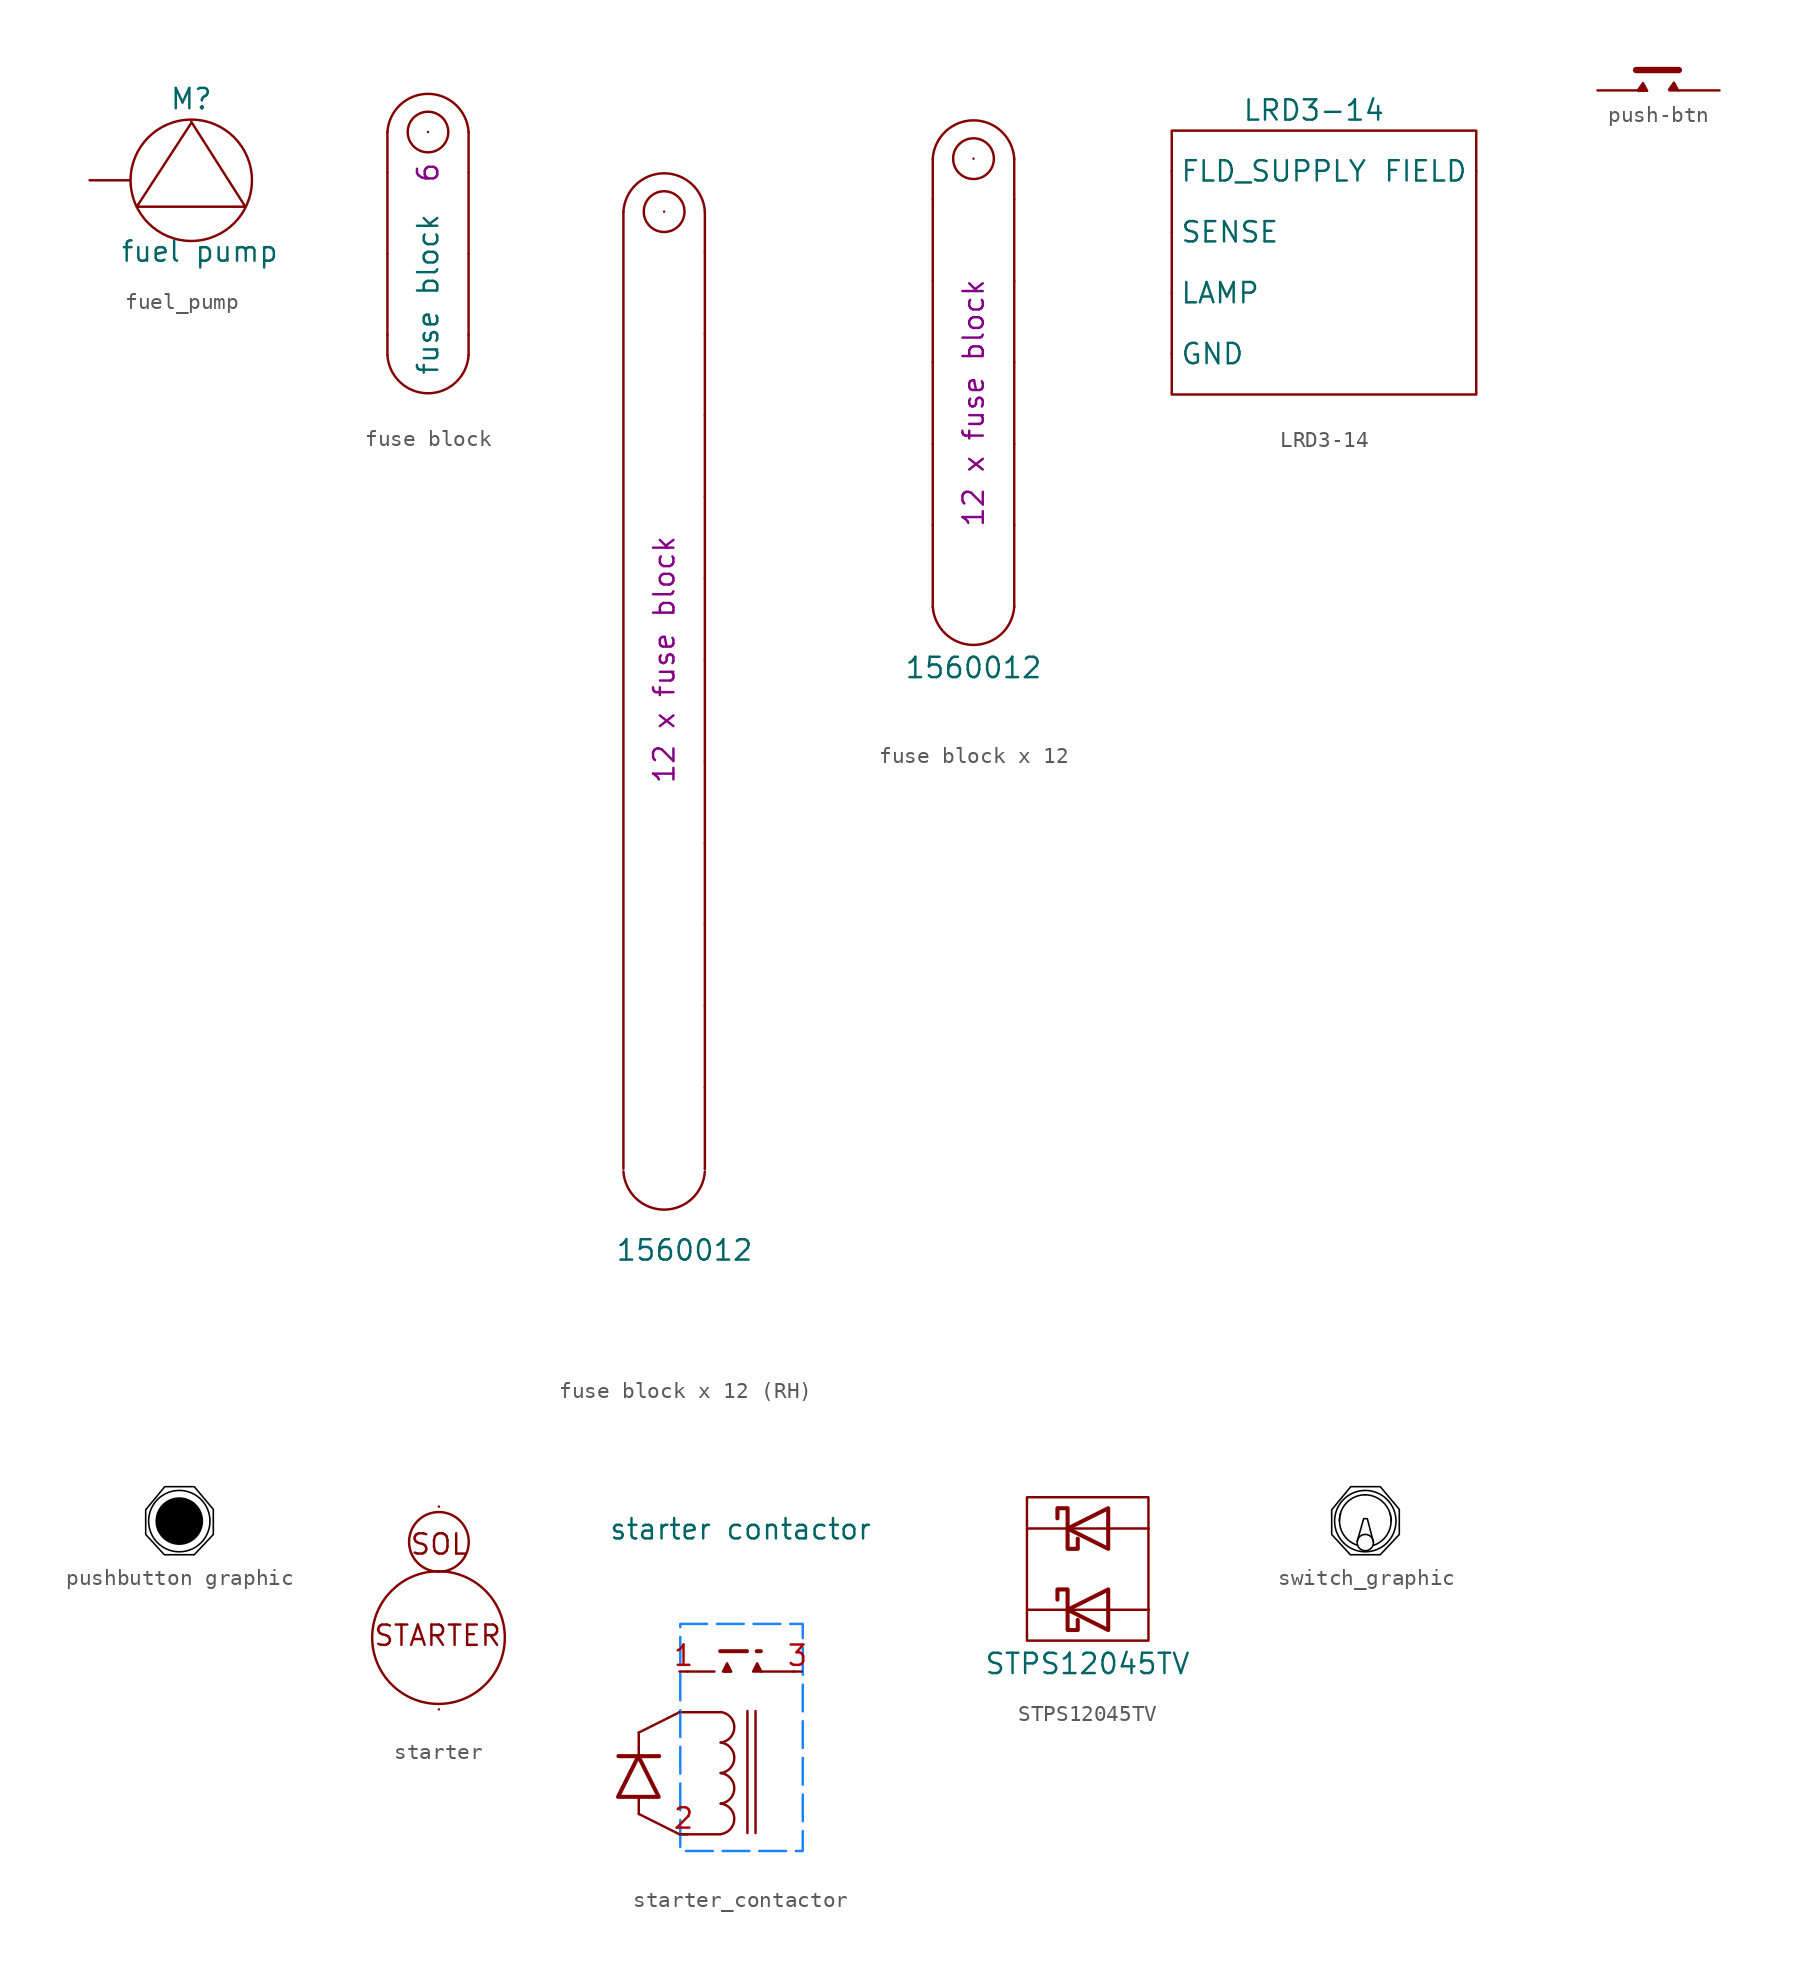
<source format=kicad_sym>
(kicad_symbol_lib
  (version 20220914)
  (generator kicad_symbol_editor)
  (symbol "fuel_pump"
    (property "Reference" "M"
      (at 0 5.08 0)
      (effects (font (size 1.27 1.27))))
    (property "Value" "fuel pump"
      (at 0.533 -4.445 0)
      (effects (font (size 1.27 1.27))))
    (symbol "fuel_pump_0_1"
      (polyline (pts (xy 0 3.581) (xy -3.404 -1.651) (xy 3.378 -1.651) (xy 0 3.658)) (stroke (width 0) (type default)) (fill (type none)))
      (circle (center 0 0) (radius 3.791) (stroke (width 0) (type default)) (fill (type none))))
    (symbol "fuel_pump_1_1"
      (pin power_in line (at -6.35 0 0) (length 2.54) (name "" (effects (font (size 1.27 1.27)))) (number "" (effects (font (size 1.27 1.27)))))))
  (symbol "fuse block"
    (pin_numbers hide)
    (pin_names hide)
    (property "Reference" "FB"
      (at 2.54 22.86 0)
      (effects (font (size 1.27 1.27)) hide))
    (property "Value" "fuse block"
      (at 0 5.08 90)
      (effects (font (size 1.27 1.27))))
    (property "fuses" "6"
      (at 0 12.7 90)
      (effects (font (size 1.27 1.27))))
    (symbol "fuse block_0_1"
      (arc (start -2.54 1.27) (mid 0 -1.1126) (end 2.54 1.27) (stroke (width 0) (type default)) (fill (type none)))
      (polyline (pts (xy -2.54 1.27) (xy -2.54 15.24)) (stroke (width 0) (type default)) (fill (type none)))
      (polyline (pts (xy 2.54 1.27) (xy 2.54 15.24)) (stroke (width 0) (type default)) (fill (type none)))
      (circle (center 0 15.24) (radius 1.27) (stroke (width 0) (type default)) (fill (type none)))
      (arc (start 2.54 15.24) (mid 0 17.6301) (end -2.54 15.24) (stroke (width 0) (type default)) (fill (type none))))
    (symbol "fuse block_1_1"
      (pin power_in line (at 0 15.24 270) (length 0) (name "Vin" (effects (font (size 1.27 1.27)))) (number "" (effects (font (size 1.27 1.27)))))
      (pin power_out line (at -2.54 2.54 0) (length 0) (name "5A" (effects (font (size 1.27 1.27)))) (number "1" (effects (font (size 1.27 1.27)))))
      (pin power_out line (at -2.54 7.62 0) (length 0) (name "5A" (effects (font (size 1.27 1.27)))) (number "2" (effects (font (size 1.27 1.27)))))
      (pin power_out line (at -2.54 12.7 0) (length 0) (name "5A" (effects (font (size 1.27 1.27)))) (number "3" (effects (font (size 1.27 1.27)))))
      (pin power_out line (at 2.54 12.7 180) (length 0) (name "5A" (effects (font (size 1.27 1.27)))) (number "4" (effects (font (size 1.27 1.27)))))
      (pin power_out line (at 2.54 7.62 180) (length 0) (name "5A" (effects (font (size 1.27 1.27)))) (number "5" (effects (font (size 1.27 1.27)))))
      (pin power_out line (at 2.54 2.54 180) (length 0) (name "5A" (effects (font (size 1.27 1.27)))) (number "6" (effects (font (size 1.27 1.27)))))))
  (symbol "fuse block x 12 (RH)"
    (pin_numbers hide)
    (pin_names hide)
    (property "Reference" "FB"
      (at 2.54 19.05 0)
      (effects (font (size 1.27 1.27)) hide))
    (property "Value" "1560012"
      (at 1.27 -49.53 0)
      (effects (font (size 1.27 1.27))))
    (property "label" "12 x fuse block"
      (at 0 -12.7 90)
      (effects (font (size 1.27 1.27))))
    (symbol "fuse block x 12 (RH)_0_1"
      (arc (start -2.54 -44.6126) (mid 0 -46.9952) (end 2.54 -44.6126) (stroke (width 0) (type default)) (fill (type none)))
      (polyline (pts (xy -2.54 -44.45) (xy -2.54 15.24)) (stroke (width 0) (type default)) (fill (type none)))
      (polyline (pts (xy 2.54 -44.45) (xy 2.54 15.24)) (stroke (width 0) (type default)) (fill (type none)))
      (circle (center 0 15.24) (radius 1.27) (stroke (width 0) (type default)) (fill (type none)))
      (arc (start 2.54 15.24) (mid 0 17.6301) (end -2.54 15.24) (stroke (width 0) (type default)) (fill (type none))))
    (symbol "fuse block x 12 (RH)_1_1"
      (pin power_in line (at 0 15.24 270) (length 0) (name "Vin" (effects (font (size 1.27 1.27)))) (number "" (effects (font (size 1.27 1.27)))))
      (pin power_out line (at 2.54 -34.29 180) (length 0) (name "5A" (effects (font (size 1.27 1.27)))) (number "1" (effects (font (size 1.27 1.27)))))
      (pin power_out line (at 2.54 -2.54 180) (length 0) (name "5A" (effects (font (size 1.27 1.27)))) (number "10" (effects (font (size 1.27 1.27)))))
      (pin power_out line (at 2.54 -29.21 180) (length 0) (name "5A" (effects (font (size 1.27 1.27)))) (number "11" (effects (font (size 1.27 1.27)))))
      (pin power_out line (at 2.54 -19.05 180) (length 0) (name "5A" (effects (font (size 1.27 1.27)))) (number "12" (effects (font (size 1.27 1.27)))))
      (pin power_out line (at 2.54 -39.37 180) (length 0) (name "5A" (effects (font (size 1.27 1.27)))) (number "2" (effects (font (size 1.27 1.27)))))
      (pin power_out line (at 2.54 -44.45 180) (length 0) (name "5A" (effects (font (size 1.27 1.27)))) (number "3" (effects (font (size 1.27 1.27)))))
      (pin power_out line (at 2.54 12.7 180) (length 0) (name "5A" (effects (font (size 1.27 1.27)))) (number "4" (effects (font (size 1.27 1.27)))))
      (pin power_out line (at 2.54 7.62 180) (length 0) (name "5A" (effects (font (size 1.27 1.27)))) (number "5" (effects (font (size 1.27 1.27)))))
      (pin power_out line (at 2.54 2.54 180) (length 0) (name "5A" (effects (font (size 1.27 1.27)))) (number "6" (effects (font (size 1.27 1.27)))))
      (pin power_out line (at 2.54 -24.13 180) (length 0) (name "5A" (effects (font (size 1.27 1.27)))) (number "7" (effects (font (size 1.27 1.27)))))
      (pin power_out line (at 2.54 -12.7 180) (length 0) (name "5A" (effects (font (size 1.27 1.27)))) (number "8" (effects (font (size 1.27 1.27)))))
      (pin power_out line (at 2.54 -7.62 180) (length 0) (name "5A" (effects (font (size 1.27 1.27)))) (number "9" (effects (font (size 1.27 1.27)))))))
  (symbol "fuse block x 12"
    (pin_numbers hide)
    (pin_names hide)
    (property "Reference" "FB"
      (at 2.54 19.05 0)
      (effects (font (size 1.27 1.27)) hide))
    (property "Value" "1560012"
      (at 0 -16.51 0)
      (effects (font (size 1.27 1.27))))
    (property "label" "12 x fuse block"
      (at 0 0 90)
      (effects (font (size 1.27 1.27))))
    (symbol "fuse block x 12_0_1"
      (arc (start -2.54 -12.7) (mid 0 -15.0826) (end 2.54 -12.7) (stroke (width 0) (type default)) (fill (type none)))
      (polyline (pts (xy -2.54 -12.7) (xy -2.54 15.24)) (stroke (width 0) (type default)) (fill (type none)))
      (polyline (pts (xy 2.54 -12.7) (xy 2.54 15.24)) (stroke (width 0) (type default)) (fill (type none)))
      (circle (center 0 15.24) (radius 1.27) (stroke (width 0) (type default)) (fill (type none)))
      (arc (start 2.54 15.24) (mid 0 17.6301) (end -2.54 15.24) (stroke (width 0) (type default)) (fill (type none))))
    (symbol "fuse block x 12_1_1"
      (pin power_in line (at 0 15.24 270) (length 0) (name "Vin" (effects (font (size 1.27 1.27)))) (number "" (effects (font (size 1.27 1.27)))))
      (pin power_out line (at -2.54 2.54 0) (length 0) (name "5A" (effects (font (size 1.27 1.27)))) (number "1" (effects (font (size 1.27 1.27)))))
      (pin power_out line (at 2.54 -2.54 180) (length 0) (name "5A" (effects (font (size 1.27 1.27)))) (number "10" (effects (font (size 1.27 1.27)))))
      (pin power_out line (at -2.54 -2.54 0) (length 0) (name "5A" (effects (font (size 1.27 1.27)))) (number "11" (effects (font (size 1.27 1.27)))))
      (pin power_out line (at -2.54 -12.7 0) (length 0) (name "5A" (effects (font (size 1.27 1.27)))) (number "12" (effects (font (size 1.27 1.27)))))
      (pin power_out line (at -2.54 7.62 0) (length 0) (name "5A" (effects (font (size 1.27 1.27)))) (number "2" (effects (font (size 1.27 1.27)))))
      (pin power_out line (at -2.54 12.7 0) (length 0) (name "5A" (effects (font (size 1.27 1.27)))) (number "3" (effects (font (size 1.27 1.27)))))
      (pin power_out line (at 2.54 12.7 180) (length 0) (name "5A" (effects (font (size 1.27 1.27)))) (number "4" (effects (font (size 1.27 1.27)))))
      (pin power_out line (at 2.54 7.62 180) (length 0) (name "5A" (effects (font (size 1.27 1.27)))) (number "5" (effects (font (size 1.27 1.27)))))
      (pin power_out line (at 2.54 2.54 180) (length 0) (name "5A" (effects (font (size 1.27 1.27)))) (number "6" (effects (font (size 1.27 1.27)))))
      (pin power_out line (at -2.54 -7.62 0) (length 0) (name "5A" (effects (font (size 1.27 1.27)))) (number "7" (effects (font (size 1.27 1.27)))))
      (pin power_out line (at 2.54 -12.7 180) (length 0) (name "5A" (effects (font (size 1.27 1.27)))) (number "8" (effects (font (size 1.27 1.27)))))
      (pin power_out line (at 2.54 -7.62 180) (length 0) (name "5A" (effects (font (size 1.27 1.27)))) (number "9" (effects (font (size 1.27 1.27)))))))
  (symbol "LRD3-14"
    (pin_numbers hide)
    (property "Reference" "U"
      (at 0 -8.89 0)
      (effects (font (size 1.27 1.27)) hide))
    (property "Value" "LRD3-14"
      (at 0 10.16 0)
      (effects (font (size 1.27 1.27))))
    (symbol "LRD3-14_0_1"
      (rectangle (start -8.89 8.89) (end 10.16 -7.62) (stroke (width 0) (type default)) (fill (type none))))
    (symbol "LRD3-14_1_1"
      (pin power_in line (at 10.16 6.35 180) (length 0) (name "FIELD" (effects (font (size 1.27 1.27)))) (number "" (effects (font (size 1.27 1.27)))))
      (pin power_in line (at -8.89 6.35 0) (length 0) (name "FLD_SUPPLY" (effects (font (size 1.27 1.27)))) (number "" (effects (font (size 1.27 1.27)))))
      (pin power_in line (at -8.89 -5.08 0) (length 0) (name "GND" (effects (font (size 1.27 1.27)))) (number "" (effects (font (size 1.27 1.27)))))
      (pin output line (at -8.89 -1.27 0) (length 0) (name "LAMP" (effects (font (size 1.27 1.27)))) (number "" (effects (font (size 1.27 1.27)))))
      (pin input line (at -8.89 2.54 0) (length 0) (name "SENSE" (effects (font (size 1.27 1.27)))) (number "" (effects (font (size 1.27 1.27)))))))
  (symbol "push-btn"
    (pin_numbers hide)
    (pin_names hide)
    (property "Reference" "SW"
      (at 0.025 3.15 0)
      (effects (font (size 1.27 1.27)) hide))
    (symbol "push-btn_1_1"
      (polyline (pts (xy 1.27 1.27) (xy -1.397 1.27)) (stroke (width 0.4) (type default)) (fill (type none)))
      (polyline (pts (xy -1.27 0.025) (xy -0.965 0.457) (xy -0.711 -0.025) (xy -1.245 -0.025)) (stroke (width 0) (type default)) (fill (type outline)))
      (polyline (pts (xy 0.66 0.051) (xy 0.965 0.483) (xy 1.219 0) (xy 0.686 0)) (stroke (width 0) (type default)) (fill (type outline)))
      (pin passive line (at 3.81 0 180) (length 2.54) (name "" (effects (font (size 1.27 1.27)))) (number "1" (effects (font (size 1.27 1.27)))))
      (pin passive line (at -3.81 0 0) (length 2.54) (name "" (effects (font (size 1.27 1.27)))) (number "2" (effects (font (size 1.27 1.27)))))))
  (symbol "pushbutton graphic"
    (pin_numbers hide)
    (pin_names
      (offset 0) hide)
    (property "Reference" "SW"
      (at 0 -3.81 0)
      (effects (font (size 1.27 1.27)) hide))
    (symbol "pushbutton graphic_1_1"
      (circle (center 0 0) (radius 1.42) (stroke (width 0) (type default) (color 0 0 0 1)) (fill (type outline)))
      (polyline (pts (xy -2.108 0.711) (xy -0.914 2.159) (xy 0.94 2.159) (xy 2.134 0.737) (xy 2.134 -0.838) (xy 0.94 -2.108) (xy -0.94 -2.108) (xy -2.108 -0.838) (xy -2.108 0.711)) (stroke (width 0.1) (type default) (color 0 0 0 1)) (fill (type none)))
      (circle (center 0 0) (radius 1.925) (stroke (width 0.1) (type default) (color 0 0 0 1)) (fill (type none)))))
  (symbol "starter"
    (pin_numbers hide)
    (pin_names hide)
    (property "Reference" "M"
      (at 3.81 3.81 0)
      (effects (font (size 1.27 1.27)) hide))
    (symbol "starter_0_1"
      (circle (center -0.025 -0.584) (radius 4.153) (stroke (width 0) (type default)) (fill (type none)))
      (circle (center 0 5.41) (radius 1.868) (stroke (width 0) (type default)) (fill (type none))))
    (symbol "starter_1_1"
      (text "SOL" (at 0.025 5.258 0) (effects (font (size 1.27 1.27))))
      (text "STARTER" (at -0.076 -0.457 0) (effects (font (size 1.27 1.27))))
      (pin passive line (at 0 -5.08 90) (length 0) (name "" (effects (font (size 1.27 1.27)))) (number "" (effects (font (size 1.27 1.27)))))
      (pin passive line (at 0 7.62 270) (length 0) (name "" (effects (font (size 1.27 1.27)))) (number "" (effects (font (size 1.27 1.27)))))))
  (symbol "starter_contactor"
    (pin_names
      (offset 0.254) hide)
    (property "Reference" "K"
      (at 0 -8.966 0)
      (effects (font (size 1.27 1.27)) hide))
    (property "Value" "starter contactor"
      (at 0 12.7 0)
      (effects (font (size 1.27 1.27))))
    (symbol "starter_contactor_0_1"
      (arc (start -1.2356 -6.3373) (mid -0.3873 -5.3848) (end -1.2356 -4.4323) (stroke (width 0) (type default)) (fill (type none)))
      (arc (start -1.2356 -4.4323) (mid -0.3873 -3.4798) (end -1.2356 -2.5273) (stroke (width 0) (type default)) (fill (type none)))
      (arc (start -1.2356 -2.5273) (mid -0.3873 -1.5748) (end -1.2356 -0.6223) (stroke (width 0) (type default)) (fill (type none)))
      (arc (start -1.2356 -0.6223) (mid -0.3873 0.3302) (end -1.2356 1.2827) (stroke (width 0) (type default)) (fill (type none)))
      (polyline (pts (xy -6.35 -5.08) (xy -3.81 -6.35)) (stroke (width 0) (type default)) (fill (type none)))
      (polyline (pts (xy -6.35 -0.991) (xy -6.35 -1.524)) (stroke (width 0) (type default)) (fill (type none)))
      (polyline (pts (xy -6.35 0) (xy -3.81 1.27)) (stroke (width 0) (type default)) (fill (type none)))
      (polyline (pts (xy -5.08 -1.473) (xy -7.62 -1.473)) (stroke (width 0.254) (type default)) (fill (type none)))
      (polyline (pts (xy -3.81 -6.35) (xy -1.27 -6.35)) (stroke (width 0) (type default)) (fill (type none)))
      (polyline (pts (xy -1.27 1.27) (xy -3.81 1.27)) (stroke (width 0) (type default)) (fill (type none)))
      (polyline (pts (xy 0.432 -6.274) (xy 0.432 1.346)) (stroke (width 0) (type default)) (fill (type none)))
      (polyline (pts (xy 0.94 -6.274) (xy 0.94 1.346)) (stroke (width 0) (type default)) (fill (type none)))
      (polyline (pts (xy 1.27 3.81) (xy 3.327 3.81)) (stroke (width 0) (type default)) (fill (type none)))
      (polyline (pts (xy -5.105 -4.013) (xy -7.645 -4.013) (xy -6.375 -1.473) (xy -5.105 -4.013)) (stroke (width 0.254) (type default)) (fill (type none))))
    (symbol "starter_contactor_1_1"
      (rectangle (start -3.759 6.782) (end 3.886 -7.391) (stroke (width 0) (type dash) (color 29 130 255 1)) (fill (type none)))
      (polyline (pts (xy -3.302 3.81) (xy -0.61 3.81)) (stroke (width 0) (type default)) (fill (type none)))
      (polyline (pts (xy -1.27 5.08) (xy 1.27 5.08)) (stroke (width 0.25) (type default)) (fill (type none)))
      (polyline (pts (xy -1.092 3.81) (xy -0.838 4.318) (xy -0.584 3.81) (xy -1.092 3.81)) (stroke (width 0) (type default)) (fill (type outline)))
      (polyline (pts (xy 0.787 3.81) (xy 1.041 4.318) (xy 1.295 3.81) (xy 0.787 3.81)) (stroke (width 0) (type default)) (fill (type outline)))
      (pin input line (at -6.35 -5.08 90) (length 1) (name "" (effects (font (size 1.27 1.27)))) (number "" (effects (font (size 1.27 1.27)))))
      (pin input line (at -6.35 0 270) (length 1) (name "" (effects (font (size 1.27 1.27)))) (number "" (effects (font (size 1.27 1.27)))))
      (pin input line (at -3.81 1.27 0) (length 0) (name "~" (effects (font (size 1.27 1.27)))) (number "" (effects (font (size 1.27 1.27)))))
      (pin passive line (at -3.81 3.81 0) (length 0.508) (name "~" (effects (font (size 1.27 1.27)))) (number "1" (effects (font (size 1.27 1.27)))))
      (pin passive line (at -3.81 -6.35 0) (length 0.508) (name "2" (effects (font (size 1.27 1.27)))) (number "2" (effects (font (size 1.27 1.27)))))
      (pin passive line (at 3.81 3.81 180) (length 0.508) (name "2" (effects (font (size 1.27 1.27)))) (number "3" (effects (font (size 1.27 1.27)))))))
  (symbol "STPS12045TV"
    (pin_numbers hide)
    (pin_names
      (offset 1.016) hide)
    (property "Reference" "D"
      (at 0 2.54 0)
      (effects (font (size 1.27 1.27)) hide))
    (property "Value" "STPS12045TV"
      (at -0.025 -8.458 0)
      (effects (font (size 1.27 1.27))))
    (symbol "STPS12045TV_0_1"
      (rectangle (start -3.81 1.956) (end 3.785 -7.01) (stroke (width 0) (type default)) (fill (type none)))
      (polyline (pts (xy 1.27 -5.08) (xy -1.27 -5.08)) (stroke (width 0) (type default)) (fill (type none)))
      (polyline (pts (xy 1.27 0) (xy -1.27 0)) (stroke (width 0) (type default)) (fill (type none)))
      (polyline (pts (xy 1.27 -3.81) (xy 1.27 -6.35) (xy -1.27 -5.08) (xy 1.27 -3.81)) (stroke (width 0.254) (type default)) (fill (type none)))
      (polyline (pts (xy 1.27 1.27) (xy 1.27 -1.27) (xy -1.27 0) (xy 1.27 1.27)) (stroke (width 0.254) (type default)) (fill (type none)))
      (polyline (pts (xy -1.905 -4.445) (xy -1.905 -3.81) (xy -1.27 -3.81) (xy -1.27 -6.35) (xy -0.635 -6.35) (xy -0.635 -5.715)) (stroke (width 0.254) (type default)) (fill (type none)))
      (polyline (pts (xy -1.905 0.635) (xy -1.905 1.27) (xy -1.27 1.27) (xy -1.27 -1.27) (xy -0.635 -1.27) (xy -0.635 -0.635)) (stroke (width 0.254) (type default)) (fill (type none))))
    (symbol "STPS12045TV_1_1"
      (pin passive line (at -3.81 0 0) (length 2.54) (name "K" (effects (font (size 1.27 1.27)))) (number "1" (effects (font (size 1.27 1.27)))))
      (pin passive line (at 3.81 0 180) (length 2.54) (name "A" (effects (font (size 1.27 1.27)))) (number "2" (effects (font (size 1.27 1.27)))))
      (pin passive line (at 3.81 -5.08 180) (length 2.54) (name "A" (effects (font (size 1.27 1.27)))) (number "3" (effects (font (size 1.27 1.27)))))
      (pin passive line (at -3.81 -5.08 0) (length 2.54) (name "K" (effects (font (size 1.27 1.27)))) (number "4" (effects (font (size 1.27 1.27)))))))
  (symbol "switch_graphic"
    (pin_numbers hide)
    (pin_names
      (offset 0) hide)
    (property "Reference" "SW"
      (at 0.127 3.632 0)
      (effects (font (size 1.27 1.27)) hide))
    (symbol "switch_graphic_1_1"
      (arc (start -1.5494 0.4826) (mid -1.4425 -0.7137) (end -0.5334 -1.4986) (stroke (width 0.1) (type default) (color 0 0 0 1)) (fill (type none)))
      (circle (center 0 -1.346) (radius 0.511) (stroke (width 0.1) (type default) (color 0 0 0 1)) (fill (type color) (color 255 255 255 1)))
      (polyline (pts (xy -0.508 -1.27) (xy -0.102 0.152) (xy 0.127 0.152) (xy 0.508 -1.321)) (stroke (width 0.1) (type default) (color 0 0 0 1)) (fill (type none)))
      (polyline (pts (xy -2.108 0.711) (xy -0.914 2.159) (xy 0.94 2.159) (xy 2.134 0.737) (xy 2.134 -0.838) (xy 0.94 -2.108) (xy -0.94 -2.108) (xy -2.108 -0.838) (xy -2.108 0.711)) (stroke (width 0.1) (type default) (color 0 0 0 1)) (fill (type none)))
      (circle (center 0 0) (radius 1.925) (stroke (width 0.1) (type default) (color 0 0 0 1)) (fill (type none)))
      (arc (start 0 1.651) (mid -1.1495 1.1749) (end -1.6256 0.0254) (stroke (width 0.1) (type default) (color 0 0 0 1)) (fill (type none)))
      (arc (start 0.508 -1.524) (mid 1.4367 -0.7324) (end 1.5494 0.4826) (stroke (width 0.1) (type default) (color 0 0 0 1)) (fill (type none)))
      (arc (start 1.6256 0) (mid 1.1398 1.1652) (end -0.0254 1.651) (stroke (width 0.1) (type default) (color 0 0 0 1)) (fill (type none))))))
</source>
